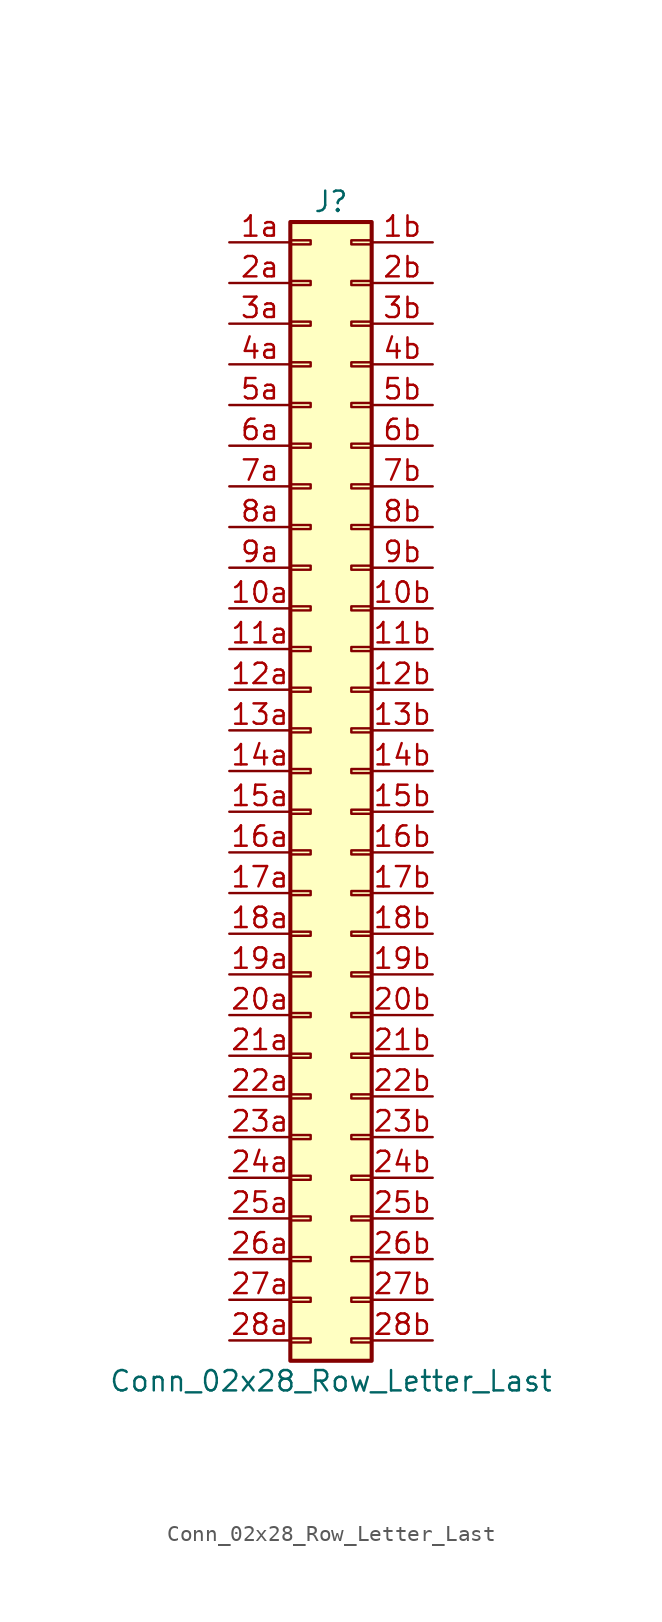
<source format=kicad_sym>
(kicad_symbol_lib
  (version 20220914)
  (generator kicad_symbol_editor)
  (symbol "Conn_02x28_Row_Letter_Last"
    (pin_names
      (offset 1.016) hide)
    (property "Reference" "J"
      (at 1.27 35.56 0)
      (effects (font (size 1.27 1.27))))
    (property "Value" "Conn_02x28_Row_Letter_Last"
      (at 1.27 -38.1 0)
      (effects (font (size 1.27 1.27))))
    (symbol "Conn_02x28_Row_Letter_Last_1_1"
      (rectangle (start -1.27 -35.433) (end 0 -35.687) (stroke (width 0.152) (type default)) (fill (type none)))
      (rectangle (start -1.27 -32.893) (end 0 -33.147) (stroke (width 0.152) (type default)) (fill (type none)))
      (rectangle (start -1.27 -30.353) (end 0 -30.607) (stroke (width 0.152) (type default)) (fill (type none)))
      (rectangle (start -1.27 -27.813) (end 0 -28.067) (stroke (width 0.152) (type default)) (fill (type none)))
      (rectangle (start -1.27 -25.273) (end 0 -25.527) (stroke (width 0.152) (type default)) (fill (type none)))
      (rectangle (start -1.27 -22.733) (end 0 -22.987) (stroke (width 0.152) (type default)) (fill (type none)))
      (rectangle (start -1.27 -20.193) (end 0 -20.447) (stroke (width 0.152) (type default)) (fill (type none)))
      (rectangle (start -1.27 -17.653) (end 0 -17.907) (stroke (width 0.152) (type default)) (fill (type none)))
      (rectangle (start -1.27 -15.113) (end 0 -15.367) (stroke (width 0.152) (type default)) (fill (type none)))
      (rectangle (start -1.27 -12.573) (end 0 -12.827) (stroke (width 0.152) (type default)) (fill (type none)))
      (rectangle (start -1.27 -10.033) (end 0 -10.287) (stroke (width 0.152) (type default)) (fill (type none)))
      (rectangle (start -1.27 -7.493) (end 0 -7.747) (stroke (width 0.152) (type default)) (fill (type none)))
      (rectangle (start -1.27 -4.953) (end 0 -5.207) (stroke (width 0.152) (type default)) (fill (type none)))
      (rectangle (start -1.27 -2.413) (end 0 -2.667) (stroke (width 0.152) (type default)) (fill (type none)))
      (rectangle (start -1.27 0.127) (end 0 -0.127) (stroke (width 0.152) (type default)) (fill (type none)))
      (rectangle (start -1.27 2.667) (end 0 2.413) (stroke (width 0.152) (type default)) (fill (type none)))
      (rectangle (start -1.27 5.207) (end 0 4.953) (stroke (width 0.152) (type default)) (fill (type none)))
      (rectangle (start -1.27 7.747) (end 0 7.493) (stroke (width 0.152) (type default)) (fill (type none)))
      (rectangle (start -1.27 10.287) (end 0 10.033) (stroke (width 0.152) (type default)) (fill (type none)))
      (rectangle (start -1.27 12.827) (end 0 12.573) (stroke (width 0.152) (type default)) (fill (type none)))
      (rectangle (start -1.27 15.367) (end 0 15.113) (stroke (width 0.152) (type default)) (fill (type none)))
      (rectangle (start -1.27 17.907) (end 0 17.653) (stroke (width 0.152) (type default)) (fill (type none)))
      (rectangle (start -1.27 20.447) (end 0 20.193) (stroke (width 0.152) (type default)) (fill (type none)))
      (rectangle (start -1.27 22.987) (end 0 22.733) (stroke (width 0.152) (type default)) (fill (type none)))
      (rectangle (start -1.27 25.527) (end 0 25.273) (stroke (width 0.152) (type default)) (fill (type none)))
      (rectangle (start -1.27 28.067) (end 0 27.813) (stroke (width 0.152) (type default)) (fill (type none)))
      (rectangle (start -1.27 30.607) (end 0 30.353) (stroke (width 0.152) (type default)) (fill (type none)))
      (rectangle (start -1.27 33.147) (end 0 32.893) (stroke (width 0.152) (type default)) (fill (type none)))
      (rectangle (start -1.27 34.29) (end 3.81 -36.83) (stroke (width 0.254) (type default)) (fill (type background)))
      (rectangle (start 3.81 -35.433) (end 2.54 -35.687) (stroke (width 0.152) (type default)) (fill (type none)))
      (rectangle (start 3.81 -32.893) (end 2.54 -33.147) (stroke (width 0.152) (type default)) (fill (type none)))
      (rectangle (start 3.81 -30.353) (end 2.54 -30.607) (stroke (width 0.152) (type default)) (fill (type none)))
      (rectangle (start 3.81 -27.813) (end 2.54 -28.067) (stroke (width 0.152) (type default)) (fill (type none)))
      (rectangle (start 3.81 -25.273) (end 2.54 -25.527) (stroke (width 0.152) (type default)) (fill (type none)))
      (rectangle (start 3.81 -22.733) (end 2.54 -22.987) (stroke (width 0.152) (type default)) (fill (type none)))
      (rectangle (start 3.81 -20.193) (end 2.54 -20.447) (stroke (width 0.152) (type default)) (fill (type none)))
      (rectangle (start 3.81 -17.653) (end 2.54 -17.907) (stroke (width 0.152) (type default)) (fill (type none)))
      (rectangle (start 3.81 -15.113) (end 2.54 -15.367) (stroke (width 0.152) (type default)) (fill (type none)))
      (rectangle (start 3.81 -12.573) (end 2.54 -12.827) (stroke (width 0.152) (type default)) (fill (type none)))
      (rectangle (start 3.81 -10.033) (end 2.54 -10.287) (stroke (width 0.152) (type default)) (fill (type none)))
      (rectangle (start 3.81 -7.493) (end 2.54 -7.747) (stroke (width 0.152) (type default)) (fill (type none)))
      (rectangle (start 3.81 -4.953) (end 2.54 -5.207) (stroke (width 0.152) (type default)) (fill (type none)))
      (rectangle (start 3.81 -2.413) (end 2.54 -2.667) (stroke (width 0.152) (type default)) (fill (type none)))
      (rectangle (start 3.81 0.127) (end 2.54 -0.127) (stroke (width 0.152) (type default)) (fill (type none)))
      (rectangle (start 3.81 2.667) (end 2.54 2.413) (stroke (width 0.152) (type default)) (fill (type none)))
      (rectangle (start 3.81 5.207) (end 2.54 4.953) (stroke (width 0.152) (type default)) (fill (type none)))
      (rectangle (start 3.81 7.747) (end 2.54 7.493) (stroke (width 0.152) (type default)) (fill (type none)))
      (rectangle (start 3.81 10.287) (end 2.54 10.033) (stroke (width 0.152) (type default)) (fill (type none)))
      (rectangle (start 3.81 12.827) (end 2.54 12.573) (stroke (width 0.152) (type default)) (fill (type none)))
      (rectangle (start 3.81 15.367) (end 2.54 15.113) (stroke (width 0.152) (type default)) (fill (type none)))
      (rectangle (start 3.81 17.907) (end 2.54 17.653) (stroke (width 0.152) (type default)) (fill (type none)))
      (rectangle (start 3.81 20.447) (end 2.54 20.193) (stroke (width 0.152) (type default)) (fill (type none)))
      (rectangle (start 3.81 22.987) (end 2.54 22.733) (stroke (width 0.152) (type default)) (fill (type none)))
      (rectangle (start 3.81 25.527) (end 2.54 25.273) (stroke (width 0.152) (type default)) (fill (type none)))
      (rectangle (start 3.81 28.067) (end 2.54 27.813) (stroke (width 0.152) (type default)) (fill (type none)))
      (rectangle (start 3.81 30.607) (end 2.54 30.353) (stroke (width 0.152) (type default)) (fill (type none)))
      (rectangle (start 3.81 33.147) (end 2.54 32.893) (stroke (width 0.152) (type default)) (fill (type none)))
      (pin passive line (at -5.08 10.16 0) (length 3.81) (name "Pin_10a" (effects (font (size 1.27 1.27)))) (number "10a" (effects (font (size 1.27 1.27)))))
      (pin passive line (at 7.62 10.16 180) (length 3.81) (name "Pin_10b" (effects (font (size 1.27 1.27)))) (number "10b" (effects (font (size 1.27 1.27)))))
      (pin passive line (at -5.08 7.62 0) (length 3.81) (name "Pin_11a" (effects (font (size 1.27 1.27)))) (number "11a" (effects (font (size 1.27 1.27)))))
      (pin passive line (at 7.62 7.62 180) (length 3.81) (name "Pin_11b" (effects (font (size 1.27 1.27)))) (number "11b" (effects (font (size 1.27 1.27)))))
      (pin passive line (at -5.08 5.08 0) (length 3.81) (name "Pin_12a" (effects (font (size 1.27 1.27)))) (number "12a" (effects (font (size 1.27 1.27)))))
      (pin passive line (at 7.62 5.08 180) (length 3.81) (name "Pin_12b" (effects (font (size 1.27 1.27)))) (number "12b" (effects (font (size 1.27 1.27)))))
      (pin passive line (at -5.08 2.54 0) (length 3.81) (name "Pin_13a" (effects (font (size 1.27 1.27)))) (number "13a" (effects (font (size 1.27 1.27)))))
      (pin passive line (at 7.62 2.54 180) (length 3.81) (name "Pin_13b" (effects (font (size 1.27 1.27)))) (number "13b" (effects (font (size 1.27 1.27)))))
      (pin passive line (at -5.08 0 0) (length 3.81) (name "Pin_14a" (effects (font (size 1.27 1.27)))) (number "14a" (effects (font (size 1.27 1.27)))))
      (pin passive line (at 7.62 0 180) (length 3.81) (name "Pin_14b" (effects (font (size 1.27 1.27)))) (number "14b" (effects (font (size 1.27 1.27)))))
      (pin passive line (at -5.08 -2.54 0) (length 3.81) (name "Pin_15a" (effects (font (size 1.27 1.27)))) (number "15a" (effects (font (size 1.27 1.27)))))
      (pin passive line (at 7.62 -2.54 180) (length 3.81) (name "Pin_15b" (effects (font (size 1.27 1.27)))) (number "15b" (effects (font (size 1.27 1.27)))))
      (pin passive line (at -5.08 -5.08 0) (length 3.81) (name "Pin_16a" (effects (font (size 1.27 1.27)))) (number "16a" (effects (font (size 1.27 1.27)))))
      (pin passive line (at 7.62 -5.08 180) (length 3.81) (name "Pin_16b" (effects (font (size 1.27 1.27)))) (number "16b" (effects (font (size 1.27 1.27)))))
      (pin passive line (at -5.08 -7.62 0) (length 3.81) (name "Pin_17a" (effects (font (size 1.27 1.27)))) (number "17a" (effects (font (size 1.27 1.27)))))
      (pin passive line (at 7.62 -7.62 180) (length 3.81) (name "Pin_17b" (effects (font (size 1.27 1.27)))) (number "17b" (effects (font (size 1.27 1.27)))))
      (pin passive line (at -5.08 -10.16 0) (length 3.81) (name "Pin_18a" (effects (font (size 1.27 1.27)))) (number "18a" (effects (font (size 1.27 1.27)))))
      (pin passive line (at 7.62 -10.16 180) (length 3.81) (name "Pin_18b" (effects (font (size 1.27 1.27)))) (number "18b" (effects (font (size 1.27 1.27)))))
      (pin passive line (at -5.08 -12.7 0) (length 3.81) (name "Pin_19a" (effects (font (size 1.27 1.27)))) (number "19a" (effects (font (size 1.27 1.27)))))
      (pin passive line (at 7.62 -12.7 180) (length 3.81) (name "Pin_19b" (effects (font (size 1.27 1.27)))) (number "19b" (effects (font (size 1.27 1.27)))))
      (pin passive line (at -5.08 33.02 0) (length 3.81) (name "Pin_1a" (effects (font (size 1.27 1.27)))) (number "1a" (effects (font (size 1.27 1.27)))))
      (pin passive line (at 7.62 33.02 180) (length 3.81) (name "Pin_1b" (effects (font (size 1.27 1.27)))) (number "1b" (effects (font (size 1.27 1.27)))))
      (pin passive line (at -5.08 -15.24 0) (length 3.81) (name "Pin_20a" (effects (font (size 1.27 1.27)))) (number "20a" (effects (font (size 1.27 1.27)))))
      (pin passive line (at 7.62 -15.24 180) (length 3.81) (name "Pin_20b" (effects (font (size 1.27 1.27)))) (number "20b" (effects (font (size 1.27 1.27)))))
      (pin passive line (at -5.08 -17.78 0) (length 3.81) (name "Pin_21a" (effects (font (size 1.27 1.27)))) (number "21a" (effects (font (size 1.27 1.27)))))
      (pin passive line (at 7.62 -17.78 180) (length 3.81) (name "Pin_21b" (effects (font (size 1.27 1.27)))) (number "21b" (effects (font (size 1.27 1.27)))))
      (pin passive line (at -5.08 -20.32 0) (length 3.81) (name "Pin_22a" (effects (font (size 1.27 1.27)))) (number "22a" (effects (font (size 1.27 1.27)))))
      (pin passive line (at 7.62 -20.32 180) (length 3.81) (name "Pin_22b" (effects (font (size 1.27 1.27)))) (number "22b" (effects (font (size 1.27 1.27)))))
      (pin passive line (at -5.08 -22.86 0) (length 3.81) (name "Pin_23a" (effects (font (size 1.27 1.27)))) (number "23a" (effects (font (size 1.27 1.27)))))
      (pin passive line (at 7.62 -22.86 180) (length 3.81) (name "Pin_23b" (effects (font (size 1.27 1.27)))) (number "23b" (effects (font (size 1.27 1.27)))))
      (pin passive line (at -5.08 -25.4 0) (length 3.81) (name "Pin_24a" (effects (font (size 1.27 1.27)))) (number "24a" (effects (font (size 1.27 1.27)))))
      (pin passive line (at 7.62 -25.4 180) (length 3.81) (name "Pin_24b" (effects (font (size 1.27 1.27)))) (number "24b" (effects (font (size 1.27 1.27)))))
      (pin passive line (at -5.08 -27.94 0) (length 3.81) (name "Pin_25a" (effects (font (size 1.27 1.27)))) (number "25a" (effects (font (size 1.27 1.27)))))
      (pin passive line (at 7.62 -27.94 180) (length 3.81) (name "Pin_25b" (effects (font (size 1.27 1.27)))) (number "25b" (effects (font (size 1.27 1.27)))))
      (pin passive line (at -5.08 -30.48 0) (length 3.81) (name "Pin_26a" (effects (font (size 1.27 1.27)))) (number "26a" (effects (font (size 1.27 1.27)))))
      (pin passive line (at 7.62 -30.48 180) (length 3.81) (name "Pin_26b" (effects (font (size 1.27 1.27)))) (number "26b" (effects (font (size 1.27 1.27)))))
      (pin passive line (at -5.08 -33.02 0) (length 3.81) (name "Pin_27a" (effects (font (size 1.27 1.27)))) (number "27a" (effects (font (size 1.27 1.27)))))
      (pin passive line (at 7.62 -33.02 180) (length 3.81) (name "Pin_27b" (effects (font (size 1.27 1.27)))) (number "27b" (effects (font (size 1.27 1.27)))))
      (pin passive line (at -5.08 -35.56 0) (length 3.81) (name "Pin_28a" (effects (font (size 1.27 1.27)))) (number "28a" (effects (font (size 1.27 1.27)))))
      (pin passive line (at 7.62 -35.56 180) (length 3.81) (name "Pin_28b" (effects (font (size 1.27 1.27)))) (number "28b" (effects (font (size 1.27 1.27)))))
      (pin passive line (at -5.08 30.48 0) (length 3.81) (name "Pin_2a" (effects (font (size 1.27 1.27)))) (number "2a" (effects (font (size 1.27 1.27)))))
      (pin passive line (at 7.62 30.48 180) (length 3.81) (name "Pin_2b" (effects (font (size 1.27 1.27)))) (number "2b" (effects (font (size 1.27 1.27)))))
      (pin passive line (at -5.08 27.94 0) (length 3.81) (name "Pin_3a" (effects (font (size 1.27 1.27)))) (number "3a" (effects (font (size 1.27 1.27)))))
      (pin passive line (at 7.62 27.94 180) (length 3.81) (name "Pin_3b" (effects (font (size 1.27 1.27)))) (number "3b" (effects (font (size 1.27 1.27)))))
      (pin passive line (at -5.08 25.4 0) (length 3.81) (name "Pin_4a" (effects (font (size 1.27 1.27)))) (number "4a" (effects (font (size 1.27 1.27)))))
      (pin passive line (at 7.62 25.4 180) (length 3.81) (name "Pin_4b" (effects (font (size 1.27 1.27)))) (number "4b" (effects (font (size 1.27 1.27)))))
      (pin passive line (at -5.08 22.86 0) (length 3.81) (name "Pin_5a" (effects (font (size 1.27 1.27)))) (number "5a" (effects (font (size 1.27 1.27)))))
      (pin passive line (at 7.62 22.86 180) (length 3.81) (name "Pin_5b" (effects (font (size 1.27 1.27)))) (number "5b" (effects (font (size 1.27 1.27)))))
      (pin passive line (at -5.08 20.32 0) (length 3.81) (name "Pin_6a" (effects (font (size 1.27 1.27)))) (number "6a" (effects (font (size 1.27 1.27)))))
      (pin passive line (at 7.62 20.32 180) (length 3.81) (name "Pin_6b" (effects (font (size 1.27 1.27)))) (number "6b" (effects (font (size 1.27 1.27)))))
      (pin passive line (at -5.08 17.78 0) (length 3.81) (name "Pin_7a" (effects (font (size 1.27 1.27)))) (number "7a" (effects (font (size 1.27 1.27)))))
      (pin passive line (at 7.62 17.78 180) (length 3.81) (name "Pin_7b" (effects (font (size 1.27 1.27)))) (number "7b" (effects (font (size 1.27 1.27)))))
      (pin passive line (at -5.08 15.24 0) (length 3.81) (name "Pin_8a" (effects (font (size 1.27 1.27)))) (number "8a" (effects (font (size 1.27 1.27)))))
      (pin passive line (at 7.62 15.24 180) (length 3.81) (name "Pin_8b" (effects (font (size 1.27 1.27)))) (number "8b" (effects (font (size 1.27 1.27)))))
      (pin passive line (at -5.08 12.7 0) (length 3.81) (name "Pin_9a" (effects (font (size 1.27 1.27)))) (number "9a" (effects (font (size 1.27 1.27)))))
      (pin passive line (at 7.62 12.7 180) (length 3.81) (name "Pin_9b" (effects (font (size 1.27 1.27)))) (number "9b" (effects (font (size 1.27 1.27))))))))
</source>
